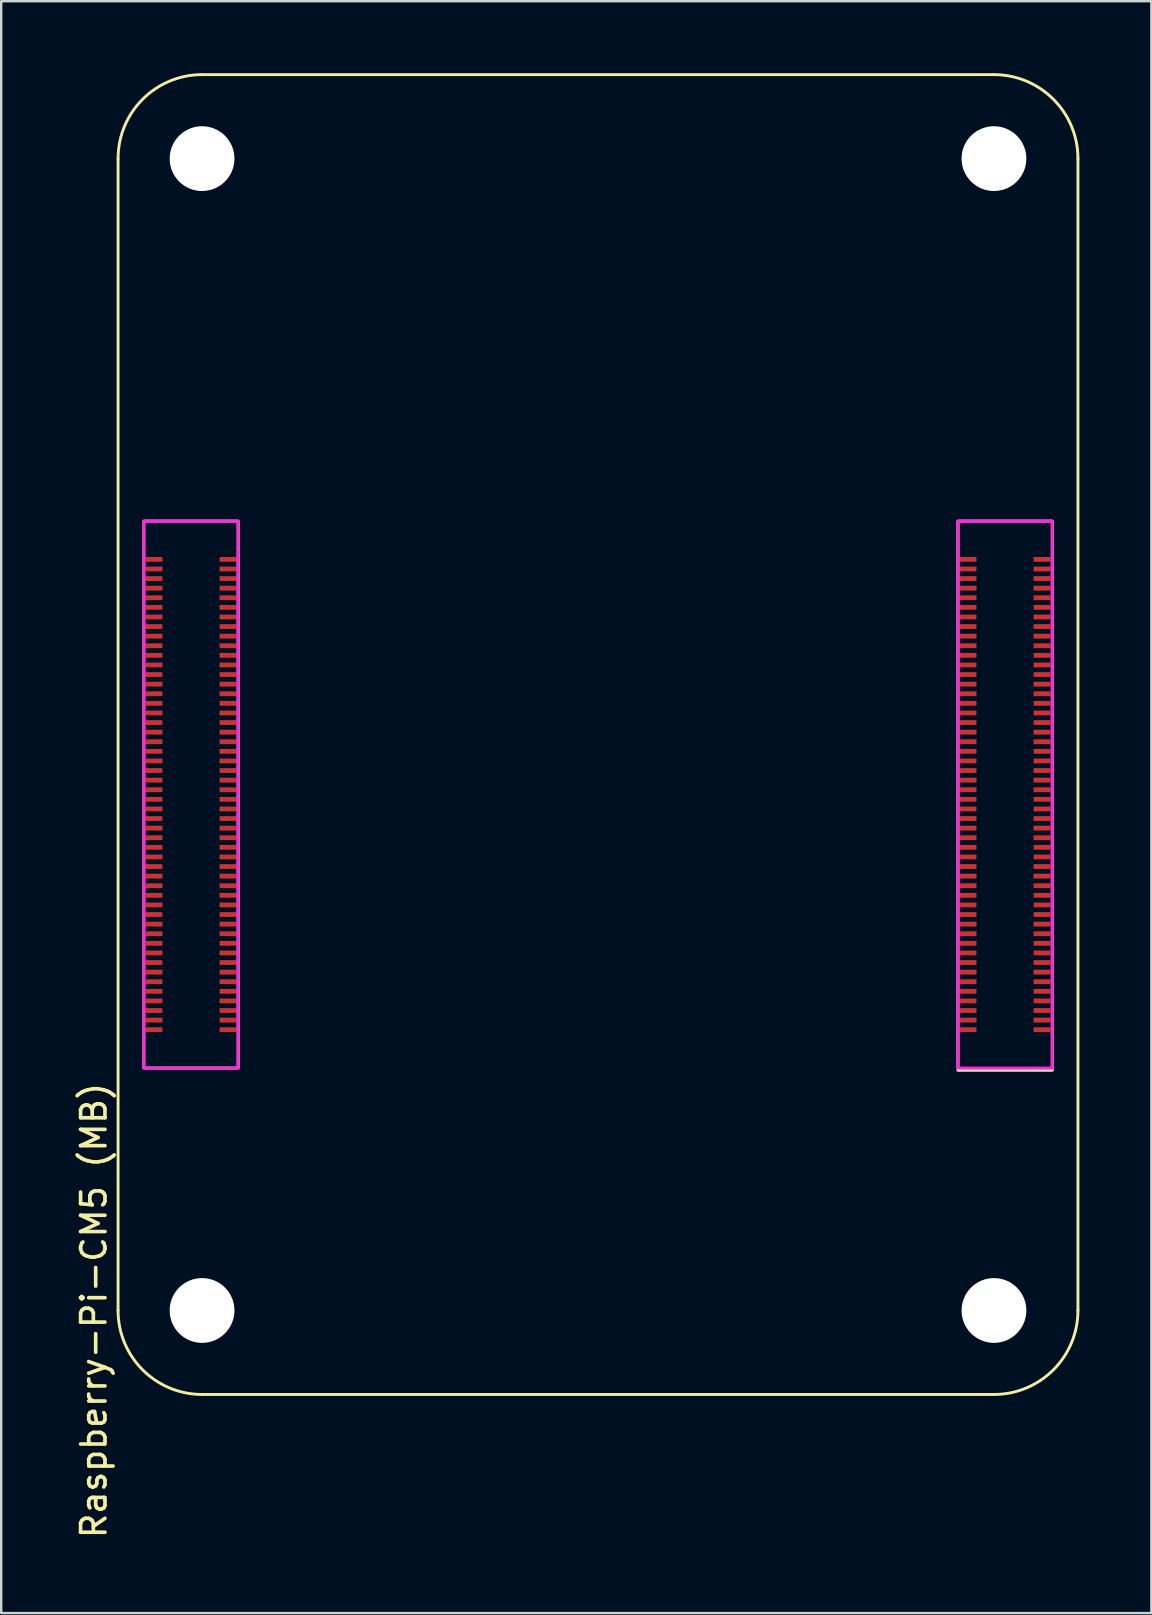
<source format=kicad_pcb>
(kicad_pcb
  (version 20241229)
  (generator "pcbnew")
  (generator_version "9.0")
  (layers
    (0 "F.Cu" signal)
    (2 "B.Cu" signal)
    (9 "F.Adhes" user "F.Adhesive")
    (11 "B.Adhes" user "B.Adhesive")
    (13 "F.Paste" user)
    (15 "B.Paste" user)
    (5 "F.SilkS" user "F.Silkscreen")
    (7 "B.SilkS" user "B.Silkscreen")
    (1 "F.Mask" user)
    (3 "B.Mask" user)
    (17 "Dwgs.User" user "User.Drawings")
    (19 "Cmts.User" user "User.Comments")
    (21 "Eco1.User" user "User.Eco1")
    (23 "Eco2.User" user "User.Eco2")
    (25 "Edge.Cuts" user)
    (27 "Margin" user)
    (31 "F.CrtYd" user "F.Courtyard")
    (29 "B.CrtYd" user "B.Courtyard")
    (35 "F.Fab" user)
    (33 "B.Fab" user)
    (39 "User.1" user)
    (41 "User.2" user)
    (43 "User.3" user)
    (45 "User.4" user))
  (footprint "Raspberry-Pi-CM5 (MB)"
    (layer "F.Cu")
    (at 5.37 51.56)
    (property "Reference" "Raspberry-Pi-CM5 (MB)" (at -4.508 0 270) (layer "F.SilkS") (effects (font (size 1.016 1.016) (thickness 0.152))))
    (attr smd)
    (fp_line (start -3.5 -48) (end -3.5 0) (stroke (width 0.12) (type solid)) (layer "F.SilkS"))
    (fp_line (start 0 3.5) (end 33 3.5) (stroke (width 0.12) (type solid)) (layer "F.SilkS"))
    (fp_line (start 33 -51.5) (end 0 -51.5) (stroke (width 0.12) (type solid)) (layer "F.SilkS"))
    (fp_line (start 36.5 0) (end 36.5 -48) (stroke (width 0.12) (type solid)) (layer "F.SilkS"))
    (fp_rect (start -2.425 -32.896) (end 1.505 -10.104) (stroke (width 0.12) (type default)) (fill no) (layer "F.SilkS"))
    (fp_rect (start 31.5 -32.896) (end 35.43 -10.008) (stroke (width 0.12) (type default)) (fill no) (layer "F.SilkS"))
    (fp_arc (start -3.5 -48) (mid -2.474874 -50.474874) (end 0 -51.5) (stroke (width 0.12) (type solid)) (layer "F.SilkS"))
    (fp_arc (start 0 3.5) (mid -2.474874 2.474874) (end -3.5 0) (stroke (width 0.12) (type solid)) (layer "F.SilkS"))
    (fp_arc (start 33 -51.5) (mid 35.474874 -50.474874) (end 36.5 -48) (stroke (width 0.12) (type solid)) (layer "F.SilkS"))
    (fp_arc (start 36.5 0) (mid 35.474874 2.474874) (end 33 3.5) (stroke (width 0.12) (type solid)) (layer "F.SilkS"))
    (fp_rect (start -2.43 -32.89) (end 1.5 -10.1) (stroke (width 0.127) (type default)) (fill no) (layer "F.CrtYd"))
    (fp_rect (start 31.5 -32.89) (end 35.43 -10.1) (stroke (width 0.127) (type default)) (fill no) (layer "F.CrtYd"))
    (pad "" np_thru_hole circle (at 0 -48) (size 2.7 2.7) (drill 2.7) (layers "*.Cu" "*.Mask"))
    (pad "" np_thru_hole circle (at 0 0) (size 2.7 2.7) (drill 2.7) (layers "*.Cu" "*.Mask"))
    (pad "" np_thru_hole circle (at 33 -48) (size 2.7 2.7) (drill 2.7) (layers "*.Cu" "*.Mask"))
    (pad "" np_thru_hole circle (at 33 0) (size 2.7 2.7) (drill 2.7) (layers "*.Cu" "*.Mask"))
    (pad "1" smd rect (at -2 -31.3 270) (size 0.2 0.7) (layers "F.Cu" "F.Mask" "F.Paste"))
    (pad "2" smd rect (at 1.08 -31.3 270) (size 0.2 0.7) (layers "F.Cu" "F.Mask" "F.Paste"))
    (pad "3" smd rect (at -2 -30.9 270) (size 0.2 0.7) (layers "F.Cu" "F.Mask" "F.Paste"))
    (pad "4" smd rect (at 1.08 -30.9 270) (size 0.2 0.7) (layers "F.Cu" "F.Mask" "F.Paste"))
    (pad "5" smd rect (at -2 -30.5 270) (size 0.2 0.7) (layers "F.Cu" "F.Mask" "F.Paste"))
    (pad "6" smd rect (at 1.08 -30.5 270) (size 0.2 0.7) (layers "F.Cu" "F.Mask" "F.Paste"))
    (pad "7" smd rect (at -2 -30.1 270) (size 0.2 0.7) (layers "F.Cu" "F.Mask" "F.Paste"))
    (pad "8" smd rect (at 1.08 -30.1 270) (size 0.2 0.7) (layers "F.Cu" "F.Mask" "F.Paste"))
    (pad "9" smd rect (at -2 -29.7 270) (size 0.2 0.7) (layers "F.Cu" "F.Mask" "F.Paste"))
    (pad "10" smd rect (at 1.08 -29.7 270) (size 0.2 0.7) (layers "F.Cu" "F.Mask" "F.Paste"))
    (pad "11" smd rect (at -2 -29.3 270) (size 0.2 0.7) (layers "F.Cu" "F.Mask" "F.Paste"))
    (pad "12" smd rect (at 1.08 -29.3 270) (size 0.2 0.7) (layers "F.Cu" "F.Mask" "F.Paste"))
    (pad "13" smd rect (at -2 -28.9 270) (size 0.2 0.7) (layers "F.Cu" "F.Mask" "F.Paste"))
    (pad "14" smd rect (at 1.08 -28.9 270) (size 0.2 0.7) (layers "F.Cu" "F.Mask" "F.Paste"))
    (pad "15" smd rect (at -2 -28.5 270) (size 0.2 0.7) (layers "F.Cu" "F.Mask" "F.Paste"))
    (pad "16" smd rect (at 1.08 -28.5 270) (size 0.2 0.7) (layers "F.Cu" "F.Mask" "F.Paste"))
    (pad "17" smd rect (at -2 -28.1 270) (size 0.2 0.7) (layers "F.Cu" "F.Mask" "F.Paste"))
    (pad "18" smd rect (at 1.08 -28.1 270) (size 0.2 0.7) (layers "F.Cu" "F.Mask" "F.Paste"))
    (pad "19" smd rect (at -2 -27.7 270) (size 0.2 0.7) (layers "F.Cu" "F.Mask" "F.Paste"))
    (pad "20" smd rect (at 1.08 -27.7 270) (size 0.2 0.7) (layers "F.Cu" "F.Mask" "F.Paste"))
    (pad "21" smd rect (at -2 -27.3 270) (size 0.2 0.7) (layers "F.Cu" "F.Mask" "F.Paste"))
    (pad "22" smd rect (at 1.08 -27.3 270) (size 0.2 0.7) (layers "F.Cu" "F.Mask" "F.Paste"))
    (pad "23" smd rect (at -2 -26.9 270) (size 0.2 0.7) (layers "F.Cu" "F.Mask" "F.Paste"))
    (pad "24" smd rect (at 1.08 -26.9 270) (size 0.2 0.7) (layers "F.Cu" "F.Mask" "F.Paste"))
    (pad "25" smd rect (at -2 -26.5 270) (size 0.2 0.7) (layers "F.Cu" "F.Mask" "F.Paste"))
    (pad "26" smd rect (at 1.08 -26.5 270) (size 0.2 0.7) (layers "F.Cu" "F.Mask" "F.Paste"))
    (pad "27" smd rect (at -2 -26.1 270) (size 0.2 0.7) (layers "F.Cu" "F.Mask" "F.Paste"))
    (pad "28" smd rect (at 1.08 -26.1 270) (size 0.2 0.7) (layers "F.Cu" "F.Mask" "F.Paste"))
    (pad "29" smd rect (at -2 -25.7 270) (size 0.2 0.7) (layers "F.Cu" "F.Mask" "F.Paste"))
    (pad "30" smd rect (at 1.08 -25.7 270) (size 0.2 0.7) (layers "F.Cu" "F.Mask" "F.Paste"))
    (pad "31" smd rect (at -2 -25.3 270) (size 0.2 0.7) (layers "F.Cu" "F.Mask" "F.Paste"))
    (pad "32" smd rect (at 1.08 -25.3 270) (size 0.2 0.7) (layers "F.Cu" "F.Mask" "F.Paste"))
    (pad "33" smd rect (at -2 -24.9 270) (size 0.2 0.7) (layers "F.Cu" "F.Mask" "F.Paste"))
    (pad "34" smd rect (at 1.08 -24.9 270) (size 0.2 0.7) (layers "F.Cu" "F.Mask" "F.Paste"))
    (pad "35" smd rect (at -2 -24.5 270) (size 0.2 0.7) (layers "F.Cu" "F.Mask" "F.Paste"))
    (pad "36" smd rect (at 1.08 -24.5 270) (size 0.2 0.7) (layers "F.Cu" "F.Mask" "F.Paste"))
    (pad "37" smd rect (at -2 -24.1 270) (size 0.2 0.7) (layers "F.Cu" "F.Mask" "F.Paste"))
    (pad "38" smd rect (at 1.08 -24.1 270) (size 0.2 0.7) (layers "F.Cu" "F.Mask" "F.Paste"))
    (pad "39" smd rect (at -2 -23.7 270) (size 0.2 0.7) (layers "F.Cu" "F.Mask" "F.Paste"))
    (pad "40" smd rect (at 1.08 -23.7 270) (size 0.2 0.7) (layers "F.Cu" "F.Mask" "F.Paste"))
    (pad "41" smd rect (at -2 -23.3 270) (size 0.2 0.7) (layers "F.Cu" "F.Mask" "F.Paste"))
    (pad "42" smd rect (at 1.08 -23.3 270) (size 0.2 0.7) (layers "F.Cu" "F.Mask" "F.Paste"))
    (pad "43" smd rect (at -2 -22.9 270) (size 0.2 0.7) (layers "F.Cu" "F.Mask" "F.Paste"))
    (pad "44" smd rect (at 1.08 -22.9 270) (size 0.2 0.7) (layers "F.Cu" "F.Mask" "F.Paste"))
    (pad "45" smd rect (at -2 -22.5 270) (size 0.2 0.7) (layers "F.Cu" "F.Mask" "F.Paste"))
    (pad "46" smd rect (at 1.08 -22.5 270) (size 0.2 0.7) (layers "F.Cu" "F.Mask" "F.Paste"))
    (pad "47" smd rect (at -2 -22.1 270) (size 0.2 0.7) (layers "F.Cu" "F.Mask" "F.Paste"))
    (pad "48" smd rect (at 1.08 -22.1 270) (size 0.2 0.7) (layers "F.Cu" "F.Mask" "F.Paste"))
    (pad "49" smd rect (at -2 -21.7 270) (size 0.2 0.7) (layers "F.Cu" "F.Mask" "F.Paste"))
    (pad "50" smd rect (at 1.08 -21.7 270) (size 0.2 0.7) (layers "F.Cu" "F.Mask" "F.Paste"))
    (pad "51" smd rect (at -2 -21.3 270) (size 0.2 0.7) (layers "F.Cu" "F.Mask" "F.Paste"))
    (pad "52" smd rect (at 1.08 -21.3 270) (size 0.2 0.7) (layers "F.Cu" "F.Mask" "F.Paste"))
    (pad "53" smd rect (at -2 -20.9 270) (size 0.2 0.7) (layers "F.Cu" "F.Mask" "F.Paste"))
    (pad "54" smd rect (at 1.08 -20.9 270) (size 0.2 0.7) (layers "F.Cu" "F.Mask" "F.Paste"))
    (pad "55" smd rect (at -2 -20.5 270) (size 0.2 0.7) (layers "F.Cu" "F.Mask" "F.Paste"))
    (pad "56" smd rect (at 1.08 -20.5 270) (size 0.2 0.7) (layers "F.Cu" "F.Mask" "F.Paste"))
    (pad "57" smd rect (at -2 -20.1 270) (size 0.2 0.7) (layers "F.Cu" "F.Mask" "F.Paste"))
    (pad "58" smd rect (at 1.08 -20.1 270) (size 0.2 0.7) (layers "F.Cu" "F.Mask" "F.Paste"))
    (pad "59" smd rect (at -2 -19.7 270) (size 0.2 0.7) (layers "F.Cu" "F.Mask" "F.Paste"))
    (pad "60" smd rect (at 1.08 -19.7 270) (size 0.2 0.7) (layers "F.Cu" "F.Mask" "F.Paste"))
    (pad "61" smd rect (at -2 -19.3 270) (size 0.2 0.7) (layers "F.Cu" "F.Mask" "F.Paste"))
    (pad "62" smd rect (at 1.08 -19.3 270) (size 0.2 0.7) (layers "F.Cu" "F.Mask" "F.Paste"))
    (pad "63" smd rect (at -2 -18.9 270) (size 0.2 0.7) (layers "F.Cu" "F.Mask" "F.Paste"))
    (pad "64" smd rect (at 1.08 -18.9 270) (size 0.2 0.7) (layers "F.Cu" "F.Mask" "F.Paste"))
    (pad "65" smd rect (at -2 -18.5 270) (size 0.2 0.7) (layers "F.Cu" "F.Mask" "F.Paste"))
    (pad "66" smd rect (at 1.08 -18.5 270) (size 0.2 0.7) (layers "F.Cu" "F.Mask" "F.Paste"))
    (pad "67" smd rect (at -2 -18.1 270) (size 0.2 0.7) (layers "F.Cu" "F.Mask" "F.Paste"))
    (pad "68" smd rect (at 1.08 -18.1 270) (size 0.2 0.7) (layers "F.Cu" "F.Mask" "F.Paste"))
    (pad "69" smd rect (at -2 -17.7 270) (size 0.2 0.7) (layers "F.Cu" "F.Mask" "F.Paste"))
    (pad "70" smd rect (at 1.08 -17.7 270) (size 0.2 0.7) (layers "F.Cu" "F.Mask" "F.Paste"))
    (pad "71" smd rect (at -2 -17.3 270) (size 0.2 0.7) (layers "F.Cu" "F.Mask" "F.Paste"))
    (pad "72" smd rect (at 1.08 -17.3 270) (size 0.2 0.7) (layers "F.Cu" "F.Mask" "F.Paste"))
    (pad "73" smd rect (at -2 -16.9 270) (size 0.2 0.7) (layers "F.Cu" "F.Mask" "F.Paste"))
    (pad "74" smd rect (at 1.08 -16.9 270) (size 0.2 0.7) (layers "F.Cu" "F.Mask" "F.Paste"))
    (pad "75" smd rect (at -2 -16.5 270) (size 0.2 0.7) (layers "F.Cu" "F.Mask" "F.Paste"))
    (pad "76" smd rect (at 1.08 -16.5 270) (size 0.2 0.7) (layers "F.Cu" "F.Mask" "F.Paste"))
    (pad "77" smd rect (at -2 -16.1 270) (size 0.2 0.7) (layers "F.Cu" "F.Mask" "F.Paste"))
    (pad "78" smd rect (at 1.08 -16.1 270) (size 0.2 0.7) (layers "F.Cu" "F.Mask" "F.Paste"))
    (pad "79" smd rect (at -2 -15.7 270) (size 0.2 0.7) (layers "F.Cu" "F.Mask" "F.Paste"))
    (pad "80" smd rect (at 1.08 -15.7 270) (size 0.2 0.7) (layers "F.Cu" "F.Mask" "F.Paste"))
    (pad "81" smd rect (at -2 -15.3 270) (size 0.2 0.7) (layers "F.Cu" "F.Mask" "F.Paste"))
    (pad "82" smd rect (at 1.08 -15.3 270) (size 0.2 0.7) (layers "F.Cu" "F.Mask" "F.Paste"))
    (pad "83" smd rect (at -2 -14.9 270) (size 0.2 0.7) (layers "F.Cu" "F.Mask" "F.Paste"))
    (pad "84" smd rect (at 1.08 -14.9 270) (size 0.2 0.7) (layers "F.Cu" "F.Mask" "F.Paste"))
    (pad "85" smd rect (at -2 -14.5 270) (size 0.2 0.7) (layers "F.Cu" "F.Mask" "F.Paste"))
    (pad "86" smd rect (at 1.08 -14.5 270) (size 0.2 0.7) (layers "F.Cu" "F.Mask" "F.Paste"))
    (pad "87" smd rect (at -2 -14.1 270) (size 0.2 0.7) (layers "F.Cu" "F.Mask" "F.Paste"))
    (pad "88" smd rect (at 1.08 -14.1 270) (size 0.2 0.7) (layers "F.Cu" "F.Mask" "F.Paste"))
    (pad "89" smd rect (at -2 -13.7 270) (size 0.2 0.7) (layers "F.Cu" "F.Mask" "F.Paste"))
    (pad "90" smd rect (at 1.08 -13.7 270) (size 0.2 0.7) (layers "F.Cu" "F.Mask" "F.Paste"))
    (pad "91" smd rect (at -2 -13.3 270) (size 0.2 0.7) (layers "F.Cu" "F.Mask" "F.Paste"))
    (pad "92" smd rect (at 1.08 -13.3 270) (size 0.2 0.7) (layers "F.Cu" "F.Mask" "F.Paste"))
    (pad "93" smd rect (at -2 -12.9 270) (size 0.2 0.7) (layers "F.Cu" "F.Mask" "F.Paste"))
    (pad "94" smd rect (at 1.08 -12.9 270) (size 0.2 0.7) (layers "F.Cu" "F.Mask" "F.Paste"))
    (pad "95" smd rect (at -2 -12.5 270) (size 0.2 0.7) (layers "F.Cu" "F.Mask" "F.Paste"))
    (pad "96" smd rect (at 1.08 -12.5 270) (size 0.2 0.7) (layers "F.Cu" "F.Mask" "F.Paste"))
    (pad "97" smd rect (at -2 -12.1 270) (size 0.2 0.7) (layers "F.Cu" "F.Mask" "F.Paste"))
    (pad "98" smd rect (at 1.08 -12.1 270) (size 0.2 0.7) (layers "F.Cu" "F.Mask" "F.Paste"))
    (pad "99" smd rect (at -2 -11.7 270) (size 0.2 0.7) (layers "F.Cu" "F.Mask" "F.Paste"))
    (pad "100" smd rect (at 1.08 -11.7 270) (size 0.2 0.7) (layers "F.Cu" "F.Mask" "F.Paste"))
    (pad "101" smd rect (at 31.92 -31.3 270) (size 0.2 0.7) (layers "F.Cu" "F.Mask" "F.Paste"))
    (pad "102" smd rect (at 35 -31.3 270) (size 0.2 0.7) (layers "F.Cu" "F.Mask" "F.Paste"))
    (pad "103" smd rect (at 31.92 -30.9 270) (size 0.2 0.7) (layers "F.Cu" "F.Mask" "F.Paste"))
    (pad "104" smd rect (at 35 -30.9 270) (size 0.2 0.7) (layers "F.Cu" "F.Mask" "F.Paste"))
    (pad "105" smd rect (at 31.92 -30.5 270) (size 0.2 0.7) (layers "F.Cu" "F.Mask" "F.Paste"))
    (pad "106" smd rect (at 35 -30.5 270) (size 0.2 0.7) (layers "F.Cu" "F.Mask" "F.Paste"))
    (pad "107" smd rect (at 31.92 -30.1 270) (size 0.2 0.7) (layers "F.Cu" "F.Mask" "F.Paste"))
    (pad "108" smd rect (at 35 -30.1 270) (size 0.2 0.7) (layers "F.Cu" "F.Mask" "F.Paste"))
    (pad "109" smd rect (at 31.92 -29.7 270) (size 0.2 0.7) (layers "F.Cu" "F.Mask" "F.Paste"))
    (pad "110" smd rect (at 35 -29.7 270) (size 0.2 0.7) (layers "F.Cu" "F.Mask" "F.Paste"))
    (pad "111" smd rect (at 31.92 -29.3 270) (size 0.2 0.7) (layers "F.Cu" "F.Mask" "F.Paste"))
    (pad "112" smd rect (at 35 -29.3 270) (size 0.2 0.7) (layers "F.Cu" "F.Mask" "F.Paste"))
    (pad "113" smd rect (at 31.92 -28.9 270) (size 0.2 0.7) (layers "F.Cu" "F.Mask" "F.Paste"))
    (pad "114" smd rect (at 35 -28.9 270) (size 0.2 0.7) (layers "F.Cu" "F.Mask" "F.Paste"))
    (pad "115" smd rect (at 31.92 -28.5 270) (size 0.2 0.7) (layers "F.Cu" "F.Mask" "F.Paste"))
    (pad "116" smd rect (at 35 -28.5 270) (size 0.2 0.7) (layers "F.Cu" "F.Mask" "F.Paste"))
    (pad "117" smd rect (at 31.92 -28.1 270) (size 0.2 0.7) (layers "F.Cu" "F.Mask" "F.Paste"))
    (pad "118" smd rect (at 35 -28.1 270) (size 0.2 0.7) (layers "F.Cu" "F.Mask" "F.Paste"))
    (pad "119" smd rect (at 31.92 -27.7 270) (size 0.2 0.7) (layers "F.Cu" "F.Mask" "F.Paste"))
    (pad "120" smd rect (at 35 -27.7 270) (size 0.2 0.7) (layers "F.Cu" "F.Mask" "F.Paste"))
    (pad "121" smd rect (at 31.92 -27.3 270) (size 0.2 0.7) (layers "F.Cu" "F.Mask" "F.Paste"))
    (pad "122" smd rect (at 35 -27.3 270) (size 0.2 0.7) (layers "F.Cu" "F.Mask" "F.Paste"))
    (pad "123" smd rect (at 31.92 -26.9 270) (size 0.2 0.7) (layers "F.Cu" "F.Mask" "F.Paste"))
    (pad "124" smd rect (at 35 -26.9 270) (size 0.2 0.7) (layers "F.Cu" "F.Mask" "F.Paste"))
    (pad "125" smd rect (at 31.92 -26.5 270) (size 0.2 0.7) (layers "F.Cu" "F.Mask" "F.Paste"))
    (pad "126" smd rect (at 35 -26.5 270) (size 0.2 0.7) (layers "F.Cu" "F.Mask" "F.Paste"))
    (pad "127" smd rect (at 31.92 -26.1 270) (size 0.2 0.7) (layers "F.Cu" "F.Mask" "F.Paste"))
    (pad "128" smd rect (at 35 -26.1 270) (size 0.2 0.7) (layers "F.Cu" "F.Mask" "F.Paste"))
    (pad "129" smd rect (at 31.92 -25.7 270) (size 0.2 0.7) (layers "F.Cu" "F.Mask" "F.Paste"))
    (pad "130" smd rect (at 35 -25.7 270) (size 0.2 0.7) (layers "F.Cu" "F.Mask" "F.Paste"))
    (pad "131" smd rect (at 31.92 -25.3 270) (size 0.2 0.7) (layers "F.Cu" "F.Mask" "F.Paste"))
    (pad "132" smd rect (at 35 -25.3 270) (size 0.2 0.7) (layers "F.Cu" "F.Mask" "F.Paste"))
    (pad "133" smd rect (at 31.92 -24.9 270) (size 0.2 0.7) (layers "F.Cu" "F.Mask" "F.Paste"))
    (pad "134" smd rect (at 35 -24.9 270) (size 0.2 0.7) (layers "F.Cu" "F.Mask" "F.Paste"))
    (pad "135" smd rect (at 31.92 -24.5 270) (size 0.2 0.7) (layers "F.Cu" "F.Mask" "F.Paste"))
    (pad "136" smd rect (at 35 -24.5 270) (size 0.2 0.7) (layers "F.Cu" "F.Mask" "F.Paste"))
    (pad "137" smd rect (at 31.92 -24.1 270) (size 0.2 0.7) (layers "F.Cu" "F.Mask" "F.Paste"))
    (pad "138" smd rect (at 35 -24.1 270) (size 0.2 0.7) (layers "F.Cu" "F.Mask" "F.Paste"))
    (pad "139" smd rect (at 31.92 -23.7 270) (size 0.2 0.7) (layers "F.Cu" "F.Mask" "F.Paste"))
    (pad "140" smd rect (at 35 -23.7 270) (size 0.2 0.7) (layers "F.Cu" "F.Mask" "F.Paste"))
    (pad "141" smd rect (at 31.92 -23.3 270) (size 0.2 0.7) (layers "F.Cu" "F.Mask" "F.Paste"))
    (pad "142" smd rect (at 35 -23.3 270) (size 0.2 0.7) (layers "F.Cu" "F.Mask" "F.Paste"))
    (pad "143" smd rect (at 31.92 -22.9 270) (size 0.2 0.7) (layers "F.Cu" "F.Mask" "F.Paste"))
    (pad "144" smd rect (at 35 -22.9 270) (size 0.2 0.7) (layers "F.Cu" "F.Mask" "F.Paste"))
    (pad "145" smd rect (at 31.92 -22.5 270) (size 0.2 0.7) (layers "F.Cu" "F.Mask" "F.Paste"))
    (pad "146" smd rect (at 35 -22.5 270) (size 0.2 0.7) (layers "F.Cu" "F.Mask" "F.Paste"))
    (pad "147" smd rect (at 31.92 -22.1 270) (size 0.2 0.7) (layers "F.Cu" "F.Mask" "F.Paste"))
    (pad "148" smd rect (at 35 -22.1 270) (size 0.2 0.7) (layers "F.Cu" "F.Mask" "F.Paste"))
    (pad "149" smd rect (at 31.92 -21.7 270) (size 0.2 0.7) (layers "F.Cu" "F.Mask" "F.Paste"))
    (pad "150" smd rect (at 35 -21.7 270) (size 0.2 0.7) (layers "F.Cu" "F.Mask" "F.Paste"))
    (pad "151" smd rect (at 31.92 -21.3 270) (size 0.2 0.7) (layers "F.Cu" "F.Mask" "F.Paste"))
    (pad "152" smd rect (at 35 -21.3 270) (size 0.2 0.7) (layers "F.Cu" "F.Mask" "F.Paste"))
    (pad "153" smd rect (at 31.92 -20.9 270) (size 0.2 0.7) (layers "F.Cu" "F.Mask" "F.Paste"))
    (pad "154" smd rect (at 35 -20.9 270) (size 0.2 0.7) (layers "F.Cu" "F.Mask" "F.Paste"))
    (pad "155" smd rect (at 31.92 -20.5 270) (size 0.2 0.7) (layers "F.Cu" "F.Mask" "F.Paste"))
    (pad "156" smd rect (at 35 -20.5 270) (size 0.2 0.7) (layers "F.Cu" "F.Mask" "F.Paste"))
    (pad "157" smd rect (at 31.92 -20.1 270) (size 0.2 0.7) (layers "F.Cu" "F.Mask" "F.Paste"))
    (pad "158" smd rect (at 35 -20.1 270) (size 0.2 0.7) (layers "F.Cu" "F.Mask" "F.Paste"))
    (pad "159" smd rect (at 31.92 -19.7 270) (size 0.2 0.7) (layers "F.Cu" "F.Mask" "F.Paste"))
    (pad "160" smd rect (at 35 -19.7 270) (size 0.2 0.7) (layers "F.Cu" "F.Mask" "F.Paste"))
    (pad "161" smd rect (at 31.92 -19.3 270) (size 0.2 0.7) (layers "F.Cu" "F.Mask" "F.Paste"))
    (pad "162" smd rect (at 35 -19.3 270) (size 0.2 0.7) (layers "F.Cu" "F.Mask" "F.Paste"))
    (pad "163" smd rect (at 31.92 -18.9 270) (size 0.2 0.7) (layers "F.Cu" "F.Mask" "F.Paste"))
    (pad "164" smd rect (at 35 -18.9 270) (size 0.2 0.7) (layers "F.Cu" "F.Mask" "F.Paste"))
    (pad "165" smd rect (at 31.92 -18.5 270) (size 0.2 0.7) (layers "F.Cu" "F.Mask" "F.Paste"))
    (pad "166" smd rect (at 35 -18.5 270) (size 0.2 0.7) (layers "F.Cu" "F.Mask" "F.Paste"))
    (pad "167" smd rect (at 31.92 -18.1 270) (size 0.2 0.7) (layers "F.Cu" "F.Mask" "F.Paste"))
    (pad "168" smd rect (at 35 -18.1 270) (size 0.2 0.7) (layers "F.Cu" "F.Mask" "F.Paste"))
    (pad "169" smd rect (at 31.92 -17.7 270) (size 0.2 0.7) (layers "F.Cu" "F.Mask" "F.Paste"))
    (pad "170" smd rect (at 35 -17.7 270) (size 0.2 0.7) (layers "F.Cu" "F.Mask" "F.Paste"))
    (pad "171" smd rect (at 31.92 -17.3 270) (size 0.2 0.7) (layers "F.Cu" "F.Mask" "F.Paste"))
    (pad "172" smd rect (at 35 -17.3 270) (size 0.2 0.7) (layers "F.Cu" "F.Mask" "F.Paste"))
    (pad "173" smd rect (at 31.92 -16.9 270) (size 0.2 0.7) (layers "F.Cu" "F.Mask" "F.Paste"))
    (pad "174" smd rect (at 35 -16.9 270) (size 0.2 0.7) (layers "F.Cu" "F.Mask" "F.Paste"))
    (pad "175" smd rect (at 31.92 -16.5 270) (size 0.2 0.7) (layers "F.Cu" "F.Mask" "F.Paste"))
    (pad "176" smd rect (at 35 -16.5 270) (size 0.2 0.7) (layers "F.Cu" "F.Mask" "F.Paste"))
    (pad "177" smd rect (at 31.92 -16.1 270) (size 0.2 0.7) (layers "F.Cu" "F.Mask" "F.Paste"))
    (pad "178" smd rect (at 35 -16.1 270) (size 0.2 0.7) (layers "F.Cu" "F.Mask" "F.Paste"))
    (pad "179" smd rect (at 31.92 -15.7 270) (size 0.2 0.7) (layers "F.Cu" "F.Mask" "F.Paste"))
    (pad "180" smd rect (at 35 -15.7 270) (size 0.2 0.7) (layers "F.Cu" "F.Mask" "F.Paste"))
    (pad "181" smd rect (at 31.92 -15.3 270) (size 0.2 0.7) (layers "F.Cu" "F.Mask" "F.Paste"))
    (pad "182" smd rect (at 35 -15.3 270) (size 0.2 0.7) (layers "F.Cu" "F.Mask" "F.Paste"))
    (pad "183" smd rect (at 31.92 -14.9 270) (size 0.2 0.7) (layers "F.Cu" "F.Mask" "F.Paste"))
    (pad "184" smd rect (at 35 -14.9 270) (size 0.2 0.7) (layers "F.Cu" "F.Mask" "F.Paste"))
    (pad "185" smd rect (at 31.92 -14.5 270) (size 0.2 0.7) (layers "F.Cu" "F.Mask" "F.Paste"))
    (pad "186" smd rect (at 35 -14.5 270) (size 0.2 0.7) (layers "F.Cu" "F.Mask" "F.Paste"))
    (pad "187" smd rect (at 31.92 -14.1 270) (size 0.2 0.7) (layers "F.Cu" "F.Mask" "F.Paste"))
    (pad "188" smd rect (at 35 -14.1 270) (size 0.2 0.7) (layers "F.Cu" "F.Mask" "F.Paste"))
    (pad "189" smd rect (at 31.92 -13.7 270) (size 0.2 0.7) (layers "F.Cu" "F.Mask" "F.Paste"))
    (pad "190" smd rect (at 35 -13.7 270) (size 0.2 0.7) (layers "F.Cu" "F.Mask" "F.Paste"))
    (pad "191" smd rect (at 31.92 -13.3 270) (size 0.2 0.7) (layers "F.Cu" "F.Mask" "F.Paste"))
    (pad "192" smd rect (at 35 -13.3 270) (size 0.2 0.7) (layers "F.Cu" "F.Mask" "F.Paste"))
    (pad "193" smd rect (at 31.92 -12.9 270) (size 0.2 0.7) (layers "F.Cu" "F.Mask" "F.Paste"))
    (pad "194" smd rect (at 35 -12.9 270) (size 0.2 0.7) (layers "F.Cu" "F.Mask" "F.Paste"))
    (pad "195" smd rect (at 31.92 -12.5 270) (size 0.2 0.7) (layers "F.Cu" "F.Mask" "F.Paste"))
    (pad "196" smd rect (at 35 -12.5 270) (size 0.2 0.7) (layers "F.Cu" "F.Mask" "F.Paste"))
    (pad "197" smd rect (at 31.92 -12.1 270) (size 0.2 0.7) (layers "F.Cu" "F.Mask" "F.Paste"))
    (pad "198" smd rect (at 35 -12.1 270) (size 0.2 0.7) (layers "F.Cu" "F.Mask" "F.Paste"))
    (pad "199" smd rect (at 31.92 -11.7 270) (size 0.2 0.7) (layers "F.Cu" "F.Mask" "F.Paste"))
    (pad "200" smd rect (at 35 -11.7 270) (size 0.2 0.7) (layers "F.Cu" "F.Mask" "F.Paste")))
  (gr_rect
    (start -3 -3)
    (end 44.93 64.17)
    (stroke (width 0.1) (type default))
    (fill no)
    (layer "Edge.Cuts")))
</source>
